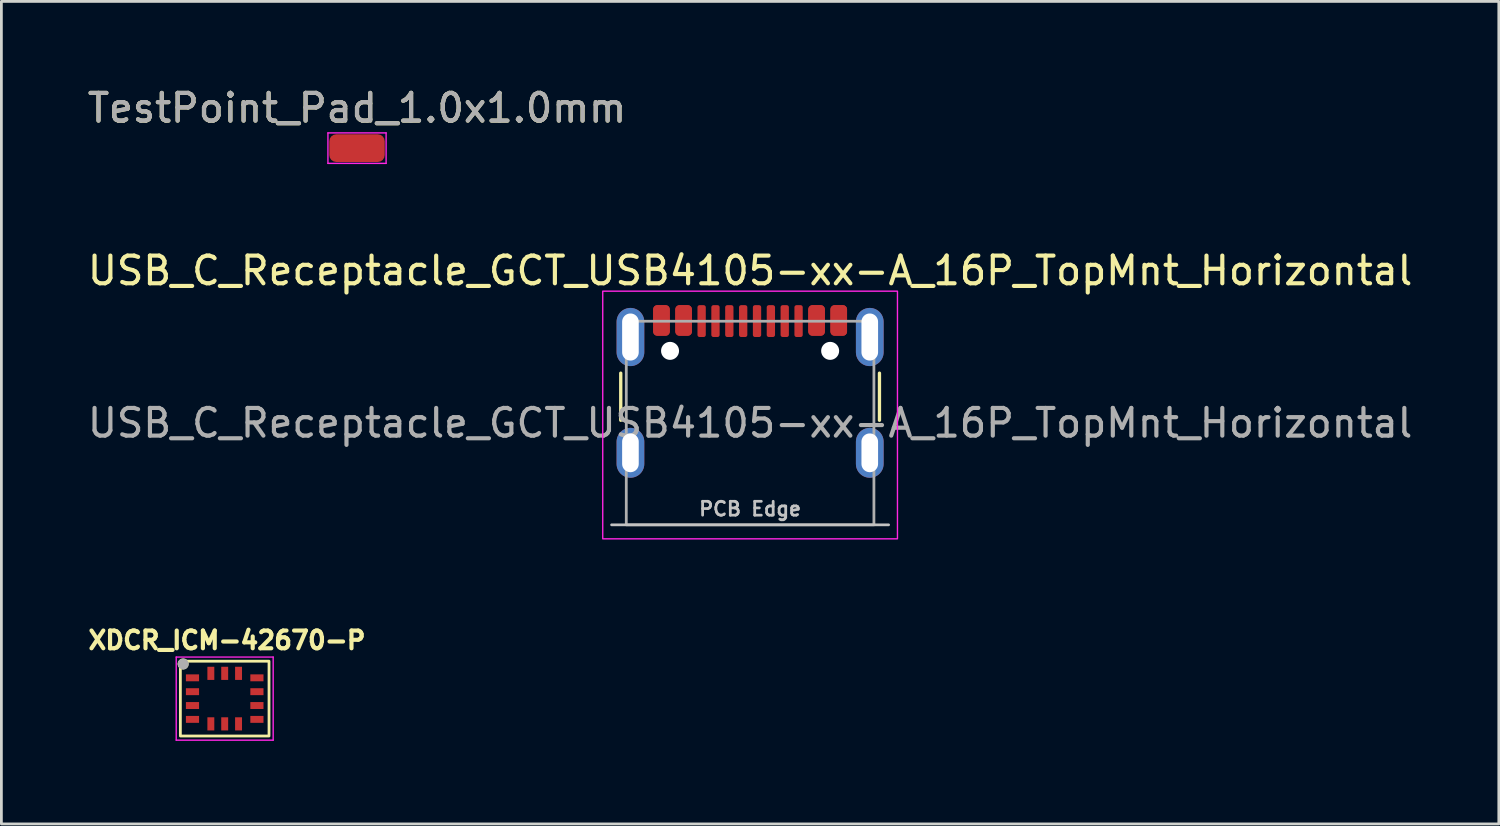
<source format=kicad_pcb>
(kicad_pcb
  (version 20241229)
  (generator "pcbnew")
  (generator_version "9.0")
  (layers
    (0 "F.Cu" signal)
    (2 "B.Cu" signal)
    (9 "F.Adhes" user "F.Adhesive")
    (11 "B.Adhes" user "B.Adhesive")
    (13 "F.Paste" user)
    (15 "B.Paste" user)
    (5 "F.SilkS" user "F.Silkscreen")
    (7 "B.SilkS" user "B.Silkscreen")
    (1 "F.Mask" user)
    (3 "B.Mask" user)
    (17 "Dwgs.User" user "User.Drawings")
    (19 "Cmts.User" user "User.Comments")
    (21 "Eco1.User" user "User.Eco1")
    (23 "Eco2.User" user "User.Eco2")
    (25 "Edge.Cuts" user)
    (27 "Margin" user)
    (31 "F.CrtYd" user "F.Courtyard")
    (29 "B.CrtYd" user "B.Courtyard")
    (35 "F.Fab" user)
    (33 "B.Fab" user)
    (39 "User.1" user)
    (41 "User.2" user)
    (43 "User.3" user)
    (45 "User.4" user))
  (footprint "USB_C_Receptacle_GCT_USB4105-xx-A_16P_TopMnt_Horizontal"
    (layer "F.Cu")
    (at 24.03 12.222)
    (property "Reference" "USB_C_Receptacle_GCT_USB4105-xx-A_16P_TopMnt_Horizontal" (at 0 -5.5 0) (unlocked yes) (layer "F.SilkS") (effects (font (size 1 1) (thickness 0.15))))
    (attr smd)
    (fp_line (start -4.67 -0.1) (end -4.67 -1.8) (stroke (width 0.12) (type solid)) (layer "F.SilkS"))
    (fp_line (start 4.67 -0.1) (end 4.67 -1.8) (stroke (width 0.12) (type solid)) (layer "F.SilkS"))
    (fp_line (start 5 3.675) (end -5 3.675) (stroke (width 0.1) (type solid)) (layer "Dwgs.User"))
    (fp_rect (start -5.32 -4.76) (end 5.32 4.18) (stroke (width 0.05) (type solid)) (fill no) (layer "F.CrtYd"))
    (fp_rect (start -4.47 -3.675) (end 4.47 3.675) (stroke (width 0.1) (type solid)) (fill no) (layer "F.Fab"))
    (fp_text user "PCB Edge" (at 0 3.1 0) (unlocked yes) (layer "Dwgs.User") (effects (font (size 0.5 0.5) (thickness 0.1))))
    (fp_text user "${REFERENCE}" (at 0 0 0) (unlocked yes) (layer "F.Fab") (effects (font (size 1 1) (thickness 0.15))))
    (pad "" np_thru_hole circle (at -2.89 -2.605) (size 0.65 0.65) (drill 0.65) (layers "*.Cu" "*.Mask"))
    (pad "" np_thru_hole circle (at 2.89 -2.605) (size 0.65 0.65) (drill 0.65) (layers "*.Cu" "*.Mask"))
    (pad "A1" smd roundrect (at -3.2 -3.703) (size 0.6 1.105) (layers "F.Cu" "F.Mask" "F.Paste") (roundrect_rratio 0.25))
    (pad "A4" smd roundrect (at -2.4 -3.703) (size 0.6 1.105) (layers "F.Cu" "F.Mask" "F.Paste") (roundrect_rratio 0.25))
    (pad "A5" smd roundrect (at -1.25 -3.68) (size 0.3 1.15) (layers "F.Cu" "F.Mask" "F.Paste") (roundrect_rratio 0.25))
    (pad "A6" smd roundrect (at -0.25 -3.68) (size 0.3 1.15) (layers "F.Cu" "F.Mask" "F.Paste") (roundrect_rratio 0.25))
    (pad "A7" smd roundrect (at 0.25 -3.68) (size 0.3 1.15) (layers "F.Cu" "F.Mask" "F.Paste") (roundrect_rratio 0.25))
    (pad "A8" smd roundrect (at 1.25 -3.68) (size 0.3 1.15) (layers "F.Cu" "F.Mask" "F.Paste") (roundrect_rratio 0.25))
    (pad "A9" smd roundrect (at 2.4 -3.703) (size 0.6 1.105) (layers "F.Cu" "F.Mask" "F.Paste") (roundrect_rratio 0.25))
    (pad "A12" smd roundrect (at 3.2 -3.703) (size 0.6 1.105) (layers "F.Cu" "F.Mask" "F.Paste") (roundrect_rratio 0.25))
    (pad "B1" smd roundrect (at 3.2 -3.703) (size 0.6 1.105) (layers "F.Cu" "F.Mask" "F.Paste") (roundrect_rratio 0.25))
    (pad "B4" smd roundrect (at 2.4 -3.703) (size 0.6 1.105) (layers "F.Cu" "F.Mask" "F.Paste") (roundrect_rratio 0.25))
    (pad "B5" smd roundrect (at 1.75 -3.68) (size 0.3 1.15) (layers "F.Cu" "F.Mask" "F.Paste") (roundrect_rratio 0.25))
    (pad "B6" smd roundrect (at 0.75 -3.68) (size 0.3 1.15) (layers "F.Cu" "F.Mask" "F.Paste") (roundrect_rratio 0.25))
    (pad "B7" smd roundrect (at -0.75 -3.68) (size 0.3 1.15) (layers "F.Cu" "F.Mask" "F.Paste") (roundrect_rratio 0.25))
    (pad "B8" smd roundrect (at -1.75 -3.68) (size 0.3 1.15) (layers "F.Cu" "F.Mask" "F.Paste") (roundrect_rratio 0.25))
    (pad "B9" smd roundrect (at -2.4 -3.703) (size 0.6 1.105) (layers "F.Cu" "F.Mask" "F.Paste") (roundrect_rratio 0.25))
    (pad "B12" smd roundrect (at -3.2 -3.703) (size 0.6 1.105) (layers "F.Cu" "F.Mask" "F.Paste") (roundrect_rratio 0.25))
    (pad "S1" thru_hole oval (at -4.32 -3.105) (size 1 2.1) (drill oval 0.6 1.7) (property pad_prop_heatsink) (layers "*.Cu" "*.Mask" "F.Paste"))
    (pad "S1" thru_hole oval (at -4.32 1.075) (size 1 1.8) (drill oval 0.6 1.4) (property pad_prop_heatsink) (layers "*.Cu" "*.Mask" "F.Paste"))
    (pad "S1" thru_hole oval (at 4.32 -3.105) (size 1 2.1) (drill oval 0.6 1.7) (property pad_prop_heatsink) (layers "*.Cu" "*.Mask" "F.Paste"))
    (pad "S1" thru_hole oval (at 4.32 1.075) (size 1 1.8) (drill oval 0.6 1.4) (property pad_prop_heatsink) (layers "*.Cu" "*.Mask" "F.Paste")))
  (footprint "TestPoint_Pad_1.0x1.0mm"
    (layer "F.Cu")
    (at 9.839 2.298)
    (property "Reference" "TestPoint_Pad_1.0x1.0mm" (at 0 -1.448 0) (layer "F.SilkS") (effects (font (size 1 1) (thickness 0.15))))
    (attr exclude_from_pos_files exclude_from_bom)
    (fp_line (start -1.05 -0.55) (end -1.05 0.55) (stroke (width 0.05) (type solid)) (layer "F.CrtYd"))
    (fp_line (start -1.05 -0.55) (end 1.05 -0.55) (stroke (width 0.05) (type solid)) (layer "F.CrtYd"))
    (fp_line (start 1.05 0.55) (end -1.05 0.55) (stroke (width 0.05) (type solid)) (layer "F.CrtYd"))
    (fp_line (start 1.05 0.55) (end 1.05 -0.55) (stroke (width 0.05) (type solid)) (layer "F.CrtYd"))
    (fp_text user "${REFERENCE}" (at 0 -1.45 0) (layer "F.Fab") (effects (font (size 1 1) (thickness 0.15))))
    (pad "1" smd roundrect (at 0 0) (size 2 1) (layers "F.Cu" "F.Mask") (roundrect_rratio 0.25)))
  (footprint "XDCR_ICM-42670-P"
    (layer "F.Cu")
    (at 5.062 22.171)
    (property "Reference" "XDCR_ICM-42670-P" (at 0.082 -2.106 0) (layer "F.SilkS") (effects (font (size 0.64 0.64) (thickness 0.15))))
    (attr smd)
    (fp_poly (pts (xy -1.45 -0.925) (xy -0.875 -0.925) (xy -0.875 -0.575) (xy -1.45 -0.575)) (stroke (width 0.01) (type solid)) (fill yes) (layer "F.Mask"))
    (fp_poly (pts (xy -1.45 -0.425) (xy -0.875 -0.425) (xy -0.875 -0.075) (xy -1.45 -0.075)) (stroke (width 0.01) (type solid)) (fill yes) (layer "F.Mask"))
    (fp_poly (pts (xy -1.45 0.075) (xy -0.875 0.075) (xy -0.875 0.425) (xy -1.45 0.425)) (stroke (width 0.01) (type solid)) (fill yes) (layer "F.Mask"))
    (fp_poly (pts (xy -1.45 0.575) (xy -0.875 0.575) (xy -0.875 0.925) (xy -1.45 0.925)) (stroke (width 0.01) (type solid)) (fill yes) (layer "F.Mask"))
    (fp_poly (pts (xy -0.675 -1.2) (xy -0.325 -1.2) (xy -0.325 -0.625) (xy -0.675 -0.625)) (stroke (width 0.01) (type solid)) (fill yes) (layer "F.Mask"))
    (fp_poly (pts (xy -0.675 0.625) (xy -0.325 0.625) (xy -0.325 1.2) (xy -0.675 1.2)) (stroke (width 0.01) (type solid)) (fill yes) (layer "F.Mask"))
    (fp_poly (pts (xy -0.175 -1.2) (xy 0.175 -1.2) (xy 0.175 -0.625) (xy -0.175 -0.625)) (stroke (width 0.01) (type solid)) (fill yes) (layer "F.Mask"))
    (fp_poly (pts (xy -0.175 0.625) (xy 0.175 0.625) (xy 0.175 1.2) (xy -0.175 1.2)) (stroke (width 0.01) (type solid)) (fill yes) (layer "F.Mask"))
    (fp_poly (pts (xy 0.325 -1.2) (xy 0.675 -1.2) (xy 0.675 -0.625) (xy 0.325 -0.625)) (stroke (width 0.01) (type solid)) (fill yes) (layer "F.Mask"))
    (fp_poly (pts (xy 0.325 0.625) (xy 0.675 0.625) (xy 0.675 1.2) (xy 0.325 1.2)) (stroke (width 0.01) (type solid)) (fill yes) (layer "F.Mask"))
    (fp_poly (pts (xy 0.875 -0.925) (xy 1.45 -0.925) (xy 1.45 -0.575) (xy 0.875 -0.575)) (stroke (width 0.01) (type solid)) (fill yes) (layer "F.Mask"))
    (fp_poly (pts (xy 0.875 -0.425) (xy 1.45 -0.425) (xy 1.45 -0.075) (xy 0.875 -0.075)) (stroke (width 0.01) (type solid)) (fill yes) (layer "F.Mask"))
    (fp_poly (pts (xy 0.875 0.075) (xy 1.45 0.075) (xy 1.45 0.425) (xy 0.875 0.425)) (stroke (width 0.01) (type solid)) (fill yes) (layer "F.Mask"))
    (fp_poly (pts (xy 0.875 0.575) (xy 1.45 0.575) (xy 1.45 0.925) (xy 0.875 0.925)) (stroke (width 0.01) (type solid)) (fill yes) (layer "F.Mask"))
    (fp_rect (start -1.6 -1.35) (end 1.6 1.35) (stroke (width 0.1) (type solid)) (fill no) (layer "F.SilkS"))
    (fp_circle (center -1.5 -1.25) (end -1.4 -1.25) (stroke (width 0.2) (type solid)) (fill no) (layer "F.SilkS"))
    (fp_poly (pts (xy -1.387 -0.869) (xy -0.938 -0.869) (xy -0.938 -0.631) (xy -1.387 -0.631)) (stroke (width 0.01) (type solid)) (fill yes) (layer "F.Paste"))
    (fp_poly (pts (xy -1.387 -0.369) (xy -0.938 -0.369) (xy -0.938 -0.131) (xy -1.387 -0.131)) (stroke (width 0.01) (type solid)) (fill yes) (layer "F.Paste"))
    (fp_poly (pts (xy -1.387 0.131) (xy -0.938 0.131) (xy -0.938 0.369) (xy -1.387 0.369)) (stroke (width 0.01) (type solid)) (fill yes) (layer "F.Paste"))
    (fp_poly (pts (xy -1.387 0.631) (xy -0.938 0.631) (xy -0.938 0.869) (xy -1.387 0.869)) (stroke (width 0.01) (type solid)) (fill yes) (layer "F.Paste"))
    (fp_poly (pts (xy -0.619 -1.137) (xy -0.381 -1.137) (xy -0.381 -0.688) (xy -0.619 -0.688)) (stroke (width 0.01) (type solid)) (fill yes) (layer "F.Paste"))
    (fp_poly (pts (xy -0.619 0.688) (xy -0.381 0.688) (xy -0.381 1.137) (xy -0.619 1.137)) (stroke (width 0.01) (type solid)) (fill yes) (layer "F.Paste"))
    (fp_poly (pts (xy -0.119 -1.137) (xy 0.119 -1.137) (xy 0.119 -0.688) (xy -0.119 -0.688)) (stroke (width 0.01) (type solid)) (fill yes) (layer "F.Paste"))
    (fp_poly (pts (xy -0.119 0.688) (xy 0.119 0.688) (xy 0.119 1.137) (xy -0.119 1.137)) (stroke (width 0.01) (type solid)) (fill yes) (layer "F.Paste"))
    (fp_poly (pts (xy 0.381 -1.137) (xy 0.619 -1.137) (xy 0.619 -0.688) (xy 0.381 -0.688)) (stroke (width 0.01) (type solid)) (fill yes) (layer "F.Paste"))
    (fp_poly (pts (xy 0.381 0.688) (xy 0.619 0.688) (xy 0.619 1.137) (xy 0.381 1.137)) (stroke (width 0.01) (type solid)) (fill yes) (layer "F.Paste"))
    (fp_poly (pts (xy 0.938 -0.869) (xy 1.387 -0.869) (xy 1.387 -0.631) (xy 0.938 -0.631)) (stroke (width 0.01) (type solid)) (fill yes) (layer "F.Paste"))
    (fp_poly (pts (xy 0.938 -0.369) (xy 1.387 -0.369) (xy 1.387 -0.131) (xy 0.938 -0.131)) (stroke (width 0.01) (type solid)) (fill yes) (layer "F.Paste"))
    (fp_poly (pts (xy 0.938 0.131) (xy 1.387 0.131) (xy 1.387 0.369) (xy 0.938 0.369)) (stroke (width 0.01) (type solid)) (fill yes) (layer "F.Paste"))
    (fp_poly (pts (xy 0.938 0.631) (xy 1.387 0.631) (xy 1.387 0.869) (xy 0.938 0.869)) (stroke (width 0.01) (type solid)) (fill yes) (layer "F.Paste"))
    (fp_line (start -1.75 -1.5) (end -1.75 1.5) (stroke (width 0.05) (type solid)) (layer "F.CrtYd"))
    (fp_line (start -1.75 1.5) (end 1.75 1.5) (stroke (width 0.05) (type solid)) (layer "F.CrtYd"))
    (fp_line (start 1.75 -1.5) (end -1.75 -1.5) (stroke (width 0.05) (type solid)) (layer "F.CrtYd"))
    (fp_line (start 1.75 1.5) (end 1.75 -1.5) (stroke (width 0.05) (type solid)) (layer "F.CrtYd"))
    (fp_circle (center -1.5 -1.25) (end -1.4 -1.25) (stroke (width 0.2) (type solid)) (fill no) (layer "F.Fab"))
    (pad "1" smd rect (at -1.163 -0.75) (size 0.475 0.25) (layers "F.Cu"))
    (pad "2" smd rect (at -1.163 -0.25) (size 0.475 0.25) (layers "F.Cu"))
    (pad "3" smd rect (at -1.163 0.25) (size 0.475 0.25) (layers "F.Cu"))
    (pad "4" smd rect (at -1.163 0.75) (size 0.475 0.25) (layers "F.Cu"))
    (pad "5" smd rect (at -0.5 0.912) (size 0.25 0.475) (layers "F.Cu"))
    (pad "6" smd rect (at 0 0.912) (size 0.25 0.475) (layers "F.Cu"))
    (pad "7" smd rect (at 0.5 0.912) (size 0.25 0.475) (layers "F.Cu"))
    (pad "8" smd rect (at 1.163 0.75) (size 0.475 0.25) (layers "F.Cu"))
    (pad "9" smd rect (at 1.163 0.25) (size 0.475 0.25) (layers "F.Cu"))
    (pad "10" smd rect (at 1.163 -0.25) (size 0.475 0.25) (layers "F.Cu"))
    (pad "11" smd rect (at 1.163 -0.75) (size 0.475 0.25) (layers "F.Cu"))
    (pad "12" smd rect (at 0.5 -0.912) (size 0.25 0.475) (layers "F.Cu"))
    (pad "13" smd rect (at 0 -0.912) (size 0.25 0.475) (layers "F.Cu"))
    (pad "14" smd rect (at -0.5 -0.912) (size 0.25 0.475) (layers "F.Cu"))
    (zone (net_name "") (layer "F.Cu") (hatch full 0.508) (connect_pads) (min_thickness 0.01) (filled_areas_thickness no) (keepout (tracks not_allowed) (vias not_allowed) (pads not_allowed) (copperpour not_allowed) (footprints allowed)) (placement (enabled no)) (fill) (polygon (pts (xy 4.137 21.496) (xy 5.987 21.496) (xy 5.987 22.846) (xy 4.137 22.846))))
    (zone (net_name "") (layers "F.Cu" "B.Cu") (hatch full 0.508) (connect_pads) (min_thickness 0.01) (filled_areas_thickness no) (keepout (tracks allowed) (vias not_allowed) (pads allowed) (copperpour allowed) (footprints allowed)) (placement (enabled no)) (fill) (polygon (pts (xy 4.137 21.496) (xy 5.987 21.496) (xy 5.987 22.846) (xy 4.137 22.846)))))
  (gr_rect
    (start -3 -3)
    (end 51.06 26.696)
    (stroke (width 0.1) (type default))
    (fill no)
    (layer "Edge.Cuts")))
</source>
